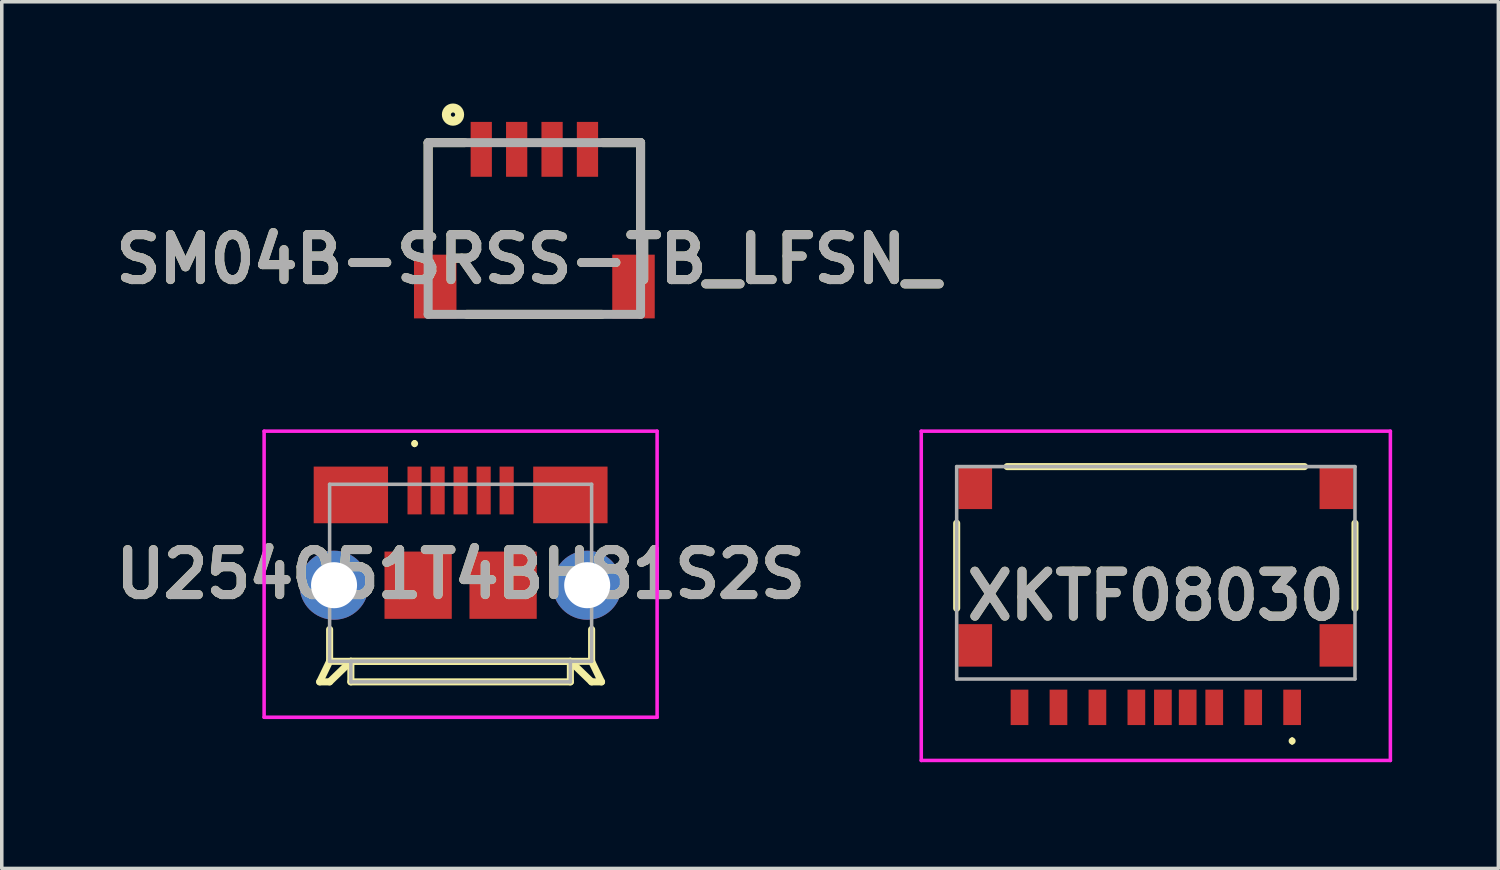
<source format=kicad_pcb>
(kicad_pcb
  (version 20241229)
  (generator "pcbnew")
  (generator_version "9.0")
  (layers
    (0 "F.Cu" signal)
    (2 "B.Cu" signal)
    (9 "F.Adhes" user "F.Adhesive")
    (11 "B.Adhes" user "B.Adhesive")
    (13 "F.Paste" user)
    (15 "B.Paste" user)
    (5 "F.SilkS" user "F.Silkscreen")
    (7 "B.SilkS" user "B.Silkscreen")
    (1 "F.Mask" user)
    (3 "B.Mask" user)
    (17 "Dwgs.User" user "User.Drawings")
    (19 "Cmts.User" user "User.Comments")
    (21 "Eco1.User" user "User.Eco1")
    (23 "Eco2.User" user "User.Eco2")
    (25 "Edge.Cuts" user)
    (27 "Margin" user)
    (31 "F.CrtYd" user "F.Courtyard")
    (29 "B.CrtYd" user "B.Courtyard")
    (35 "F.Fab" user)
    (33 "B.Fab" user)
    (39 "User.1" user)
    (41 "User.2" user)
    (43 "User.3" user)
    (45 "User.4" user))
  (footprint "SM04B-SRSS-TB_LFSN_"
    (layer "F.Cu")
    (at 9.043 5.829)
    (property "Reference" "SM04B-SRSS-TB_LFSN_" (at 2.822 -1.556 0) (layer "F.SilkS") (effects (font (size 1.27 1.27) (thickness 0.254))))
    (attr smd)
    (fp_line (start 0 -4.85) (end 0 -1.87) (stroke (width 0.254) (type solid)) (layer "F.SilkS"))
    (fp_line (start 0 -4.85) (end 1.029 -4.85) (stroke (width 0.254) (type solid)) (layer "F.SilkS"))
    (fp_line (start 1.094 0) (end 4.903 0) (stroke (width 0.254) (type solid)) (layer "F.SilkS"))
    (fp_line (start 6 -4.85) (end 4.937 -4.85) (stroke (width 0.254) (type solid)) (layer "F.SilkS"))
    (fp_line (start 6 -4.85) (end 6 -1.87) (stroke (width 0.254) (type solid)) (layer "F.SilkS"))
    (fp_circle (center 0.702 -5.642) (end 0.702 -5.582) (stroke (width 0.254) (type solid)) (fill no) (layer "F.SilkS"))
    (fp_line (start 0 -4.85) (end 6 -4.85) (stroke (width 0.254) (type solid)) (layer "F.Fab"))
    (fp_line (start 0 0) (end 0 -4.85) (stroke (width 0.254) (type solid)) (layer "F.Fab"))
    (fp_line (start 6 -4.85) (end 6 0) (stroke (width 0.254) (type solid)) (layer "F.Fab"))
    (fp_line (start 6 0) (end 0 0) (stroke (width 0.254) (type solid)) (layer "F.Fab"))
    (fp_text user "${REFERENCE}" (at 2.822 -1.556 0) (layer "F.Fab") (effects (font (size 1.27 1.27) (thickness 0.254))))
    (pad "1" smd rect (at 1.5 -4.661) (size 0.6 1.55) (layers "F.Cu" "F.Mask" "F.Paste"))
    (pad "2" smd rect (at 2.5 -4.661) (size 0.6 1.55) (layers "F.Cu" "F.Mask" "F.Paste"))
    (pad "3" smd rect (at 3.5 -4.661) (size 0.6 1.55) (layers "F.Cu" "F.Mask" "F.Paste"))
    (pad "4" smd rect (at 4.5 -4.661) (size 0.6 1.55) (layers "F.Cu" "F.Mask" "F.Paste"))
    (pad "5" smd rect (at 0.2 -0.786) (size 1.2 1.8) (layers "F.Cu" "F.Mask" "F.Paste"))
    (pad "6" smd rect (at 5.8 -0.786) (size 1.2 1.8) (layers "F.Cu" "F.Mask" "F.Paste")))
  (footprint "U254051T4BH81S2S"
    (layer "F.Cu")
    (at 9.96 13.169)
    (property "Reference" "U254051T4BH81S2S" (at 0 0 0) (layer "F.SilkS") (effects (font (size 1.27 1.27) (thickness 0.254))))
    (attr through_hole)
    (fp_line (start -3.98 3.04) (end -3.7 3.04) (stroke (width 0.2) (type solid)) (layer "F.SilkS"))
    (fp_line (start -3.7 1.56) (end -3.7 2.46) (stroke (width 0.2) (type solid)) (layer "F.SilkS"))
    (fp_line (start -3.7 2.46) (end -3.98 3.04) (stroke (width 0.2) (type solid)) (layer "F.SilkS"))
    (fp_line (start -3.7 2.46) (end 3.7 2.46) (stroke (width 0.2) (type solid)) (layer "F.SilkS"))
    (fp_line (start -3.7 3.04) (end -3.1 2.46) (stroke (width 0.2) (type solid)) (layer "F.SilkS"))
    (fp_line (start -3.1 2.46) (end 3.1 2.46) (stroke (width 0.2) (type solid)) (layer "F.SilkS"))
    (fp_line (start -3.1 3.04) (end -3.1 2.46) (stroke (width 0.2) (type solid)) (layer "F.SilkS"))
    (fp_line (start -1.3 -3.74) (end -1.3 -3.74) (stroke (width 0.1) (type solid)) (layer "F.SilkS"))
    (fp_line (start -1.3 -3.64) (end -1.3 -3.64) (stroke (width 0.1) (type solid)) (layer "F.SilkS"))
    (fp_line (start 3.1 2.46) (end 3.1 3.04) (stroke (width 0.2) (type solid)) (layer "F.SilkS"))
    (fp_line (start 3.1 3.04) (end -3.1 3.04) (stroke (width 0.2) (type solid)) (layer "F.SilkS"))
    (fp_line (start 3.7 2.46) (end 3.7 1.56) (stroke (width 0.2) (type solid)) (layer "F.SilkS"))
    (fp_line (start 3.7 2.46) (end 3.98 3.04) (stroke (width 0.2) (type solid)) (layer "F.SilkS"))
    (fp_line (start 3.7 3.04) (end 3.1 2.46) (stroke (width 0.2) (type solid)) (layer "F.SilkS"))
    (fp_line (start 3.98 3.04) (end 3.7 3.04) (stroke (width 0.2) (type solid)) (layer "F.SilkS"))
    (fp_arc (start -1.3 -3.74) (mid -1.25 -3.69) (end -1.3 -3.64) (stroke (width 0.1) (type solid)) (layer "F.SilkS"))
    (fp_arc (start -1.3 -3.64) (mid -1.35 -3.69) (end -1.3 -3.74) (stroke (width 0.1) (type solid)) (layer "F.SilkS"))
    (fp_line (start -5.55 -4.04) (end 5.55 -4.04) (stroke (width 0.1) (type solid)) (layer "F.CrtYd"))
    (fp_line (start -5.55 4.04) (end -5.55 -4.04) (stroke (width 0.1) (type solid)) (layer "F.CrtYd"))
    (fp_line (start 5.55 -4.04) (end 5.55 4.04) (stroke (width 0.1) (type solid)) (layer "F.CrtYd"))
    (fp_line (start 5.55 4.04) (end -5.55 4.04) (stroke (width 0.1) (type solid)) (layer "F.CrtYd"))
    (fp_line (start -3.7 -2.54) (end -3.7 2.46) (stroke (width 0.1) (type solid)) (layer "F.Fab"))
    (fp_line (start -3.7 2.46) (end 3.7 2.46) (stroke (width 0.1) (type solid)) (layer "F.Fab"))
    (fp_line (start -3.1 2.46) (end 3.1 2.46) (stroke (width 0.1) (type solid)) (layer "F.Fab"))
    (fp_line (start -3.1 3.04) (end -3.1 2.46) (stroke (width 0.1) (type solid)) (layer "F.Fab"))
    (fp_line (start 3.1 2.46) (end 3.1 3.04) (stroke (width 0.1) (type solid)) (layer "F.Fab"))
    (fp_line (start 3.1 3.04) (end -3.1 3.04) (stroke (width 0.1) (type solid)) (layer "F.Fab"))
    (fp_line (start 3.7 -2.54) (end -3.7 -2.54) (stroke (width 0.1) (type solid)) (layer "F.Fab"))
    (fp_line (start 3.7 2.46) (end 3.7 -2.54) (stroke (width 0.1) (type solid)) (layer "F.Fab"))
    (fp_text user "${REFERENCE}" (at 0 0 0) (layer "F.Fab") (effects (font (size 1.27 1.27) (thickness 0.254))))
    (pad "1" smd rect (at -1.3 -2.365) (size 0.4 1.35) (layers "F.Cu" "F.Mask" "F.Paste"))
    (pad "2" smd rect (at -0.65 -2.365) (size 0.4 1.35) (layers "F.Cu" "F.Mask" "F.Paste"))
    (pad "3" smd rect (at 0 -2.365) (size 0.4 1.35) (layers "F.Cu" "F.Mask" "F.Paste"))
    (pad "4" smd rect (at 0.65 -2.365) (size 0.4 1.35) (layers "F.Cu" "F.Mask" "F.Paste"))
    (pad "5" smd rect (at 1.3 -2.365) (size 0.4 1.35) (layers "F.Cu" "F.Mask" "F.Paste"))
    (pad "MH1" thru_hole circle (at -3.575 0.31) (size 1.95 1.95) (drill 1.3) (layers "*.Cu" "*.Mask"))
    (pad "MH2" thru_hole circle (at 3.575 0.31) (size 1.95 1.95) (drill 1.3) (layers "*.Cu" "*.Mask"))
    (pad "MP1" smd rect (at -3.1 -2.24 90) (size 1.6 2.1) (layers "F.Cu" "F.Mask" "F.Paste"))
    (pad "MP2" smd rect (at 3.1 -2.24 90) (size 1.6 2.1) (layers "F.Cu" "F.Mask" "F.Paste"))
    (pad "MP3" smd rect (at -1.2 0.31 90) (size 1.9 1.9) (layers "F.Cu" "F.Mask" "F.Paste"))
    (pad "MP4" smd rect (at 1.2 0.31 90) (size 1.9 1.9) (layers "F.Cu" "F.Mask" "F.Paste")))
  (footprint "XKTF08030"
    (layer "F.Cu")
    (at 29.596 13.529)
    (property "Reference" "XKTF08030" (at 0 0.25 0) (layer "F.SilkS") (effects (font (size 1.27 1.27) (thickness 0.254))))
    (attr smd)
    (fp_line (start -5.625 -1.8) (end -5.625 0.6) (stroke (width 0.2) (type solid)) (layer "F.SilkS"))
    (fp_line (start -4.2 -3.4) (end 4.2 -3.4) (stroke (width 0.2) (type solid)) (layer "F.SilkS"))
    (fp_line (start 3.85 4.3) (end 3.85 4.3) (stroke (width 0.1) (type solid)) (layer "F.SilkS"))
    (fp_line (start 3.85 4.4) (end 3.85 4.4) (stroke (width 0.1) (type solid)) (layer "F.SilkS"))
    (fp_line (start 5.625 -1.8) (end 5.625 0.6) (stroke (width 0.2) (type solid)) (layer "F.SilkS"))
    (fp_arc (start 3.85 4.3) (mid 3.9 4.35) (end 3.85 4.4) (stroke (width 0.1) (type solid)) (layer "F.SilkS"))
    (fp_arc (start 3.85 4.4) (mid 3.8 4.35) (end 3.85 4.3) (stroke (width 0.1) (type solid)) (layer "F.SilkS"))
    (fp_line (start -6.625 -4.4) (end 6.625 -4.4) (stroke (width 0.1) (type solid)) (layer "F.CrtYd"))
    (fp_line (start -6.625 4.9) (end -6.625 -4.4) (stroke (width 0.1) (type solid)) (layer "F.CrtYd"))
    (fp_line (start 6.625 -4.4) (end 6.625 4.9) (stroke (width 0.1) (type solid)) (layer "F.CrtYd"))
    (fp_line (start 6.625 4.9) (end -6.625 4.9) (stroke (width 0.1) (type solid)) (layer "F.CrtYd"))
    (fp_line (start -5.625 -3.4) (end 5.625 -3.4) (stroke (width 0.1) (type solid)) (layer "F.Fab"))
    (fp_line (start -5.625 2.6) (end -5.625 -3.4) (stroke (width 0.1) (type solid)) (layer "F.Fab"))
    (fp_line (start 5.625 -3.4) (end 5.625 2.6) (stroke (width 0.1) (type solid)) (layer "F.Fab"))
    (fp_line (start 5.625 2.6) (end -5.625 2.6) (stroke (width 0.1) (type solid)) (layer "F.Fab"))
    (fp_text user "${REFERENCE}" (at 0 0.25 0) (layer "F.Fab") (effects (font (size 1.27 1.27) (thickness 0.254))))
    (pad "G1" smd rect (at 0.2 3.4) (size 0.5 1) (layers "F.Cu" "F.Mask" "F.Paste"))
    (pad "MP1" smd rect (at 5.1 1.65) (size 0.95 1.2) (layers "F.Cu" "F.Mask" "F.Paste"))
    (pad "MP2" smd rect (at -5.1 1.65) (size 0.95 1.2) (layers "F.Cu" "F.Mask" "F.Paste"))
    (pad "MP3" smd rect (at 5.1 -2.8) (size 0.95 1.2) (layers "F.Cu" "F.Mask" "F.Paste"))
    (pad "MP4" smd rect (at -5.1 -2.8) (size 0.95 1.2) (layers "F.Cu" "F.Mask" "F.Paste"))
    (pad "P1" smd rect (at 3.85 3.4) (size 0.5 1) (layers "F.Cu" "F.Mask" "F.Paste"))
    (pad "P2" smd rect (at 2.75 3.4) (size 0.5 1) (layers "F.Cu" "F.Mask" "F.Paste"))
    (pad "P3" smd rect (at 1.65 3.4) (size 0.5 1) (layers "F.Cu" "F.Mask" "F.Paste"))
    (pad "P4" smd rect (at 0.9 3.4) (size 0.5 1) (layers "F.Cu" "F.Mask" "F.Paste"))
    (pad "P5" smd rect (at -0.55 3.4) (size 0.5 1) (layers "F.Cu" "F.Mask" "F.Paste"))
    (pad "P6" smd rect (at -1.65 3.4) (size 0.5 1) (layers "F.Cu" "F.Mask" "F.Paste"))
    (pad "P7" smd rect (at -2.75 3.4) (size 0.5 1) (layers "F.Cu" "F.Mask" "F.Paste"))
    (pad "P8" smd rect (at -3.85 3.4) (size 0.5 1) (layers "F.Cu" "F.Mask" "F.Paste")))
  (gr_rect
    (start -3 -3)
    (end 39.271 21.479)
    (stroke (width 0.1) (type default))
    (fill no)
    (layer "Edge.Cuts")))
</source>
